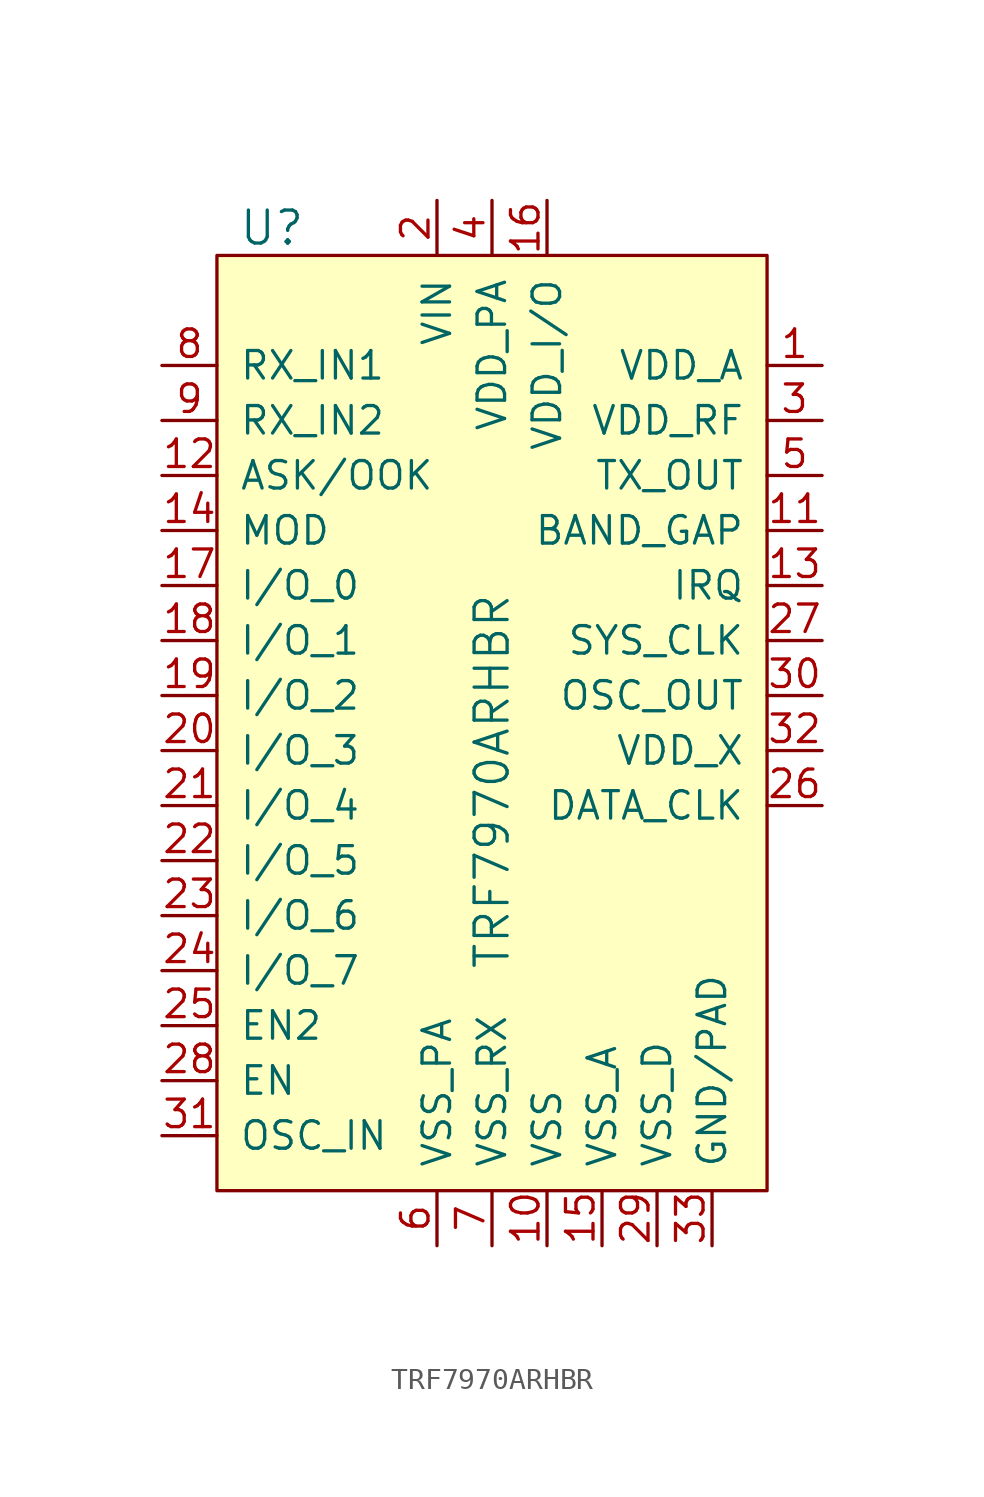
<source format=kicad_sym>
(kicad_symbol_lib
  (version 20231120)
  (generator "kicad_symbol_editor")
  (generator_version "8.0")
  (symbol "TRF7970ARHBR"
    (pin_names
      (offset 1.016))
    (property "Reference" "U"
      (at -10.16 19.05 0)
      (effects (font (size 1.524 1.524))))
    (property "Value" "TRF7970ARHBR"
      (at 0 -15.24 90)
      (effects (font (size 1.524 1.524)) (justify left)))
    (symbol "TRF7970ARHBR_0_1"
      (rectangle (start -12.7 17.78) (end 12.7 -25.4) (stroke (width 0) (type solid)) (fill (type background))))
    (symbol "TRF7970ARHBR_1_1"
      (pin power_out line (at 15.24 12.7 180) (length 2.54) (name "VDD_A" (effects (font (size 1.27 1.27)))) (number "1" (effects (font (size 1.27 1.27)))))
      (pin power_in line (at 2.54 -27.94 90) (length 2.54) (name "VSS" (effects (font (size 1.27 1.27)))) (number "10" (effects (font (size 1.27 1.27)))))
      (pin output line (at 15.24 5.08 180) (length 2.54) (name "BAND_GAP" (effects (font (size 1.27 1.27)))) (number "11" (effects (font (size 1.27 1.27)))))
      (pin bidirectional line (at -15.24 7.62 0) (length 2.54) (name "ASK/OOK" (effects (font (size 1.27 1.27)))) (number "12" (effects (font (size 1.27 1.27)))))
      (pin output line (at 15.24 2.54 180) (length 2.54) (name "IRQ" (effects (font (size 1.27 1.27)))) (number "13" (effects (font (size 1.27 1.27)))))
      (pin bidirectional line (at -15.24 5.08 0) (length 2.54) (name "MOD" (effects (font (size 1.27 1.27)))) (number "14" (effects (font (size 1.27 1.27)))))
      (pin power_in line (at 5.08 -27.94 90) (length 2.54) (name "VSS_A" (effects (font (size 1.27 1.27)))) (number "15" (effects (font (size 1.27 1.27)))))
      (pin power_in line (at 2.54 20.32 270) (length 2.54) (name "VDD_I/O" (effects (font (size 1.27 1.27)))) (number "16" (effects (font (size 1.27 1.27)))))
      (pin bidirectional line (at -15.24 2.54 0) (length 2.54) (name "I/O_0" (effects (font (size 1.27 1.27)))) (number "17" (effects (font (size 1.27 1.27)))))
      (pin bidirectional line (at -15.24 0 0) (length 2.54) (name "I/O_1" (effects (font (size 1.27 1.27)))) (number "18" (effects (font (size 1.27 1.27)))))
      (pin bidirectional line (at -15.24 -2.54 0) (length 2.54) (name "I/O_2" (effects (font (size 1.27 1.27)))) (number "19" (effects (font (size 1.27 1.27)))))
      (pin power_in line (at -2.54 20.32 270) (length 2.54) (name "VIN" (effects (font (size 1.27 1.27)))) (number "2" (effects (font (size 1.27 1.27)))))
      (pin bidirectional line (at -15.24 -5.08 0) (length 2.54) (name "I/O_3" (effects (font (size 1.27 1.27)))) (number "20" (effects (font (size 1.27 1.27)))))
      (pin bidirectional line (at -15.24 -7.62 0) (length 2.54) (name "I/O_4" (effects (font (size 1.27 1.27)))) (number "21" (effects (font (size 1.27 1.27)))))
      (pin bidirectional line (at -15.24 -10.16 0) (length 2.54) (name "I/O_5" (effects (font (size 1.27 1.27)))) (number "22" (effects (font (size 1.27 1.27)))))
      (pin bidirectional line (at -15.24 -12.7 0) (length 2.54) (name "I/O_6" (effects (font (size 1.27 1.27)))) (number "23" (effects (font (size 1.27 1.27)))))
      (pin bidirectional line (at -15.24 -15.24 0) (length 2.54) (name "I/O_7" (effects (font (size 1.27 1.27)))) (number "24" (effects (font (size 1.27 1.27)))))
      (pin input line (at -15.24 -17.78 0) (length 2.54) (name "EN2" (effects (font (size 1.27 1.27)))) (number "25" (effects (font (size 1.27 1.27)))))
      (pin output line (at 15.24 -7.62 180) (length 2.54) (name "DATA_CLK" (effects (font (size 1.27 1.27)))) (number "26" (effects (font (size 1.27 1.27)))))
      (pin output line (at 15.24 0 180) (length 2.54) (name "SYS_CLK" (effects (font (size 1.27 1.27)))) (number "27" (effects (font (size 1.27 1.27)))))
      (pin input line (at -15.24 -20.32 0) (length 2.54) (name "EN" (effects (font (size 1.27 1.27)))) (number "28" (effects (font (size 1.27 1.27)))))
      (pin power_in line (at 7.62 -27.94 90) (length 2.54) (name "VSS_D" (effects (font (size 1.27 1.27)))) (number "29" (effects (font (size 1.27 1.27)))))
      (pin power_out line (at 15.24 10.16 180) (length 2.54) (name "VDD_RF" (effects (font (size 1.27 1.27)))) (number "3" (effects (font (size 1.27 1.27)))))
      (pin output line (at 15.24 -2.54 180) (length 2.54) (name "OSC_OUT" (effects (font (size 1.27 1.27)))) (number "30" (effects (font (size 1.27 1.27)))))
      (pin bidirectional line (at -15.24 -22.86 0) (length 2.54) (name "OSC_IN" (effects (font (size 1.27 1.27)))) (number "31" (effects (font (size 1.27 1.27)))))
      (pin power_out line (at 15.24 -5.08 180) (length 2.54) (name "VDD_X" (effects (font (size 1.27 1.27)))) (number "32" (effects (font (size 1.27 1.27)))))
      (pin power_in line (at 10.16 -27.94 90) (length 2.54) (name "GND/PAD" (effects (font (size 1.27 1.27)))) (number "33" (effects (font (size 1.27 1.27)))))
      (pin power_in line (at 0 20.32 270) (length 2.54) (name "VDD_PA" (effects (font (size 1.27 1.27)))) (number "4" (effects (font (size 1.27 1.27)))))
      (pin output line (at 15.24 7.62 180) (length 2.54) (name "TX_OUT" (effects (font (size 1.27 1.27)))) (number "5" (effects (font (size 1.27 1.27)))))
      (pin power_in line (at -2.54 -27.94 90) (length 2.54) (name "VSS_PA" (effects (font (size 1.27 1.27)))) (number "6" (effects (font (size 1.27 1.27)))))
      (pin power_in line (at 0 -27.94 90) (length 2.54) (name "VSS_RX" (effects (font (size 1.27 1.27)))) (number "7" (effects (font (size 1.27 1.27)))))
      (pin input line (at -15.24 12.7 0) (length 2.54) (name "RX_IN1" (effects (font (size 1.27 1.27)))) (number "8" (effects (font (size 1.27 1.27)))))
      (pin input line (at -15.24 10.16 0) (length 2.54) (name "RX_IN2" (effects (font (size 1.27 1.27)))) (number "9" (effects (font (size 1.27 1.27))))))))
</source>
